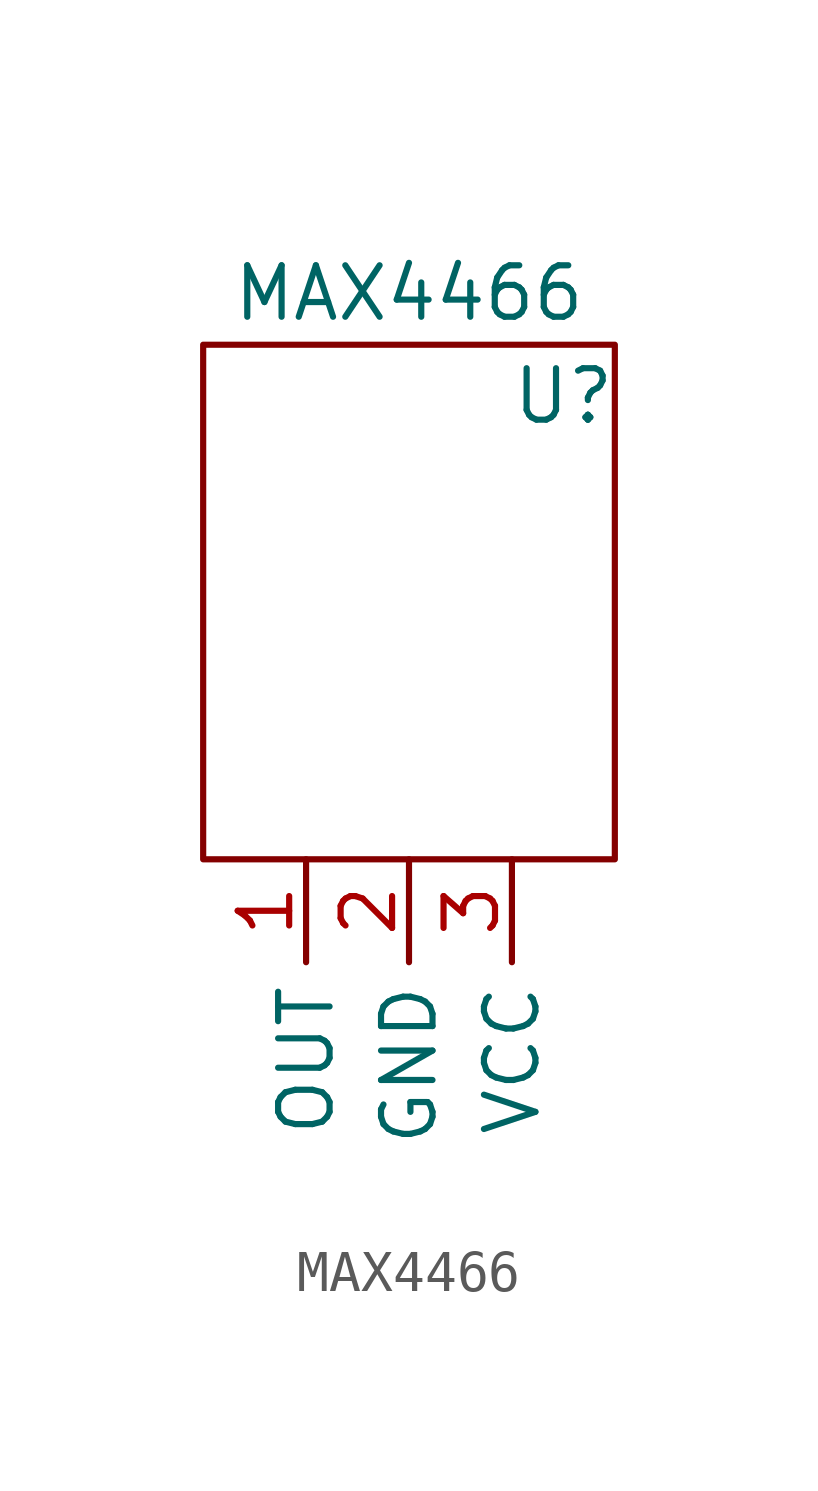
<source format=kicad_sym>
(kicad_symbol_lib
  (version 20211014)
  (generator kicad_symbol_editor)
  (symbol "MAX4466"
    (property "Reference" "U"
      (at 3.81 5.08 0)
      (effects (font (size 1.27 1.27))))
    (property "Value" "MAX4466"
      (at 0 7.62 0)
      (effects (font (size 1.27 1.27))))
    (symbol "MAX4466_0_1"
      (rectangle (start -5.08 6.35) (end 5.08 -6.35) (stroke (width 0) (type default) (color 0 0 0 0)) (fill (type none))))
    (symbol "MAX4466_1_1"
      (pin output line (at -2.54 -6.35 270) (length 2.54) (name "OUT" (effects (font (size 1.27 1.27)))) (number "1" (effects (font (size 1.27 1.27)))))
      (pin power_in line (at 0 -6.35 270) (length 2.54) (name "GND" (effects (font (size 1.27 1.27)))) (number "2" (effects (font (size 1.27 1.27)))))
      (pin power_in line (at 2.54 -6.35 270) (length 2.54) (name "VCC" (effects (font (size 1.27 1.27)))) (number "3" (effects (font (size 1.27 1.27))))))))
</source>
